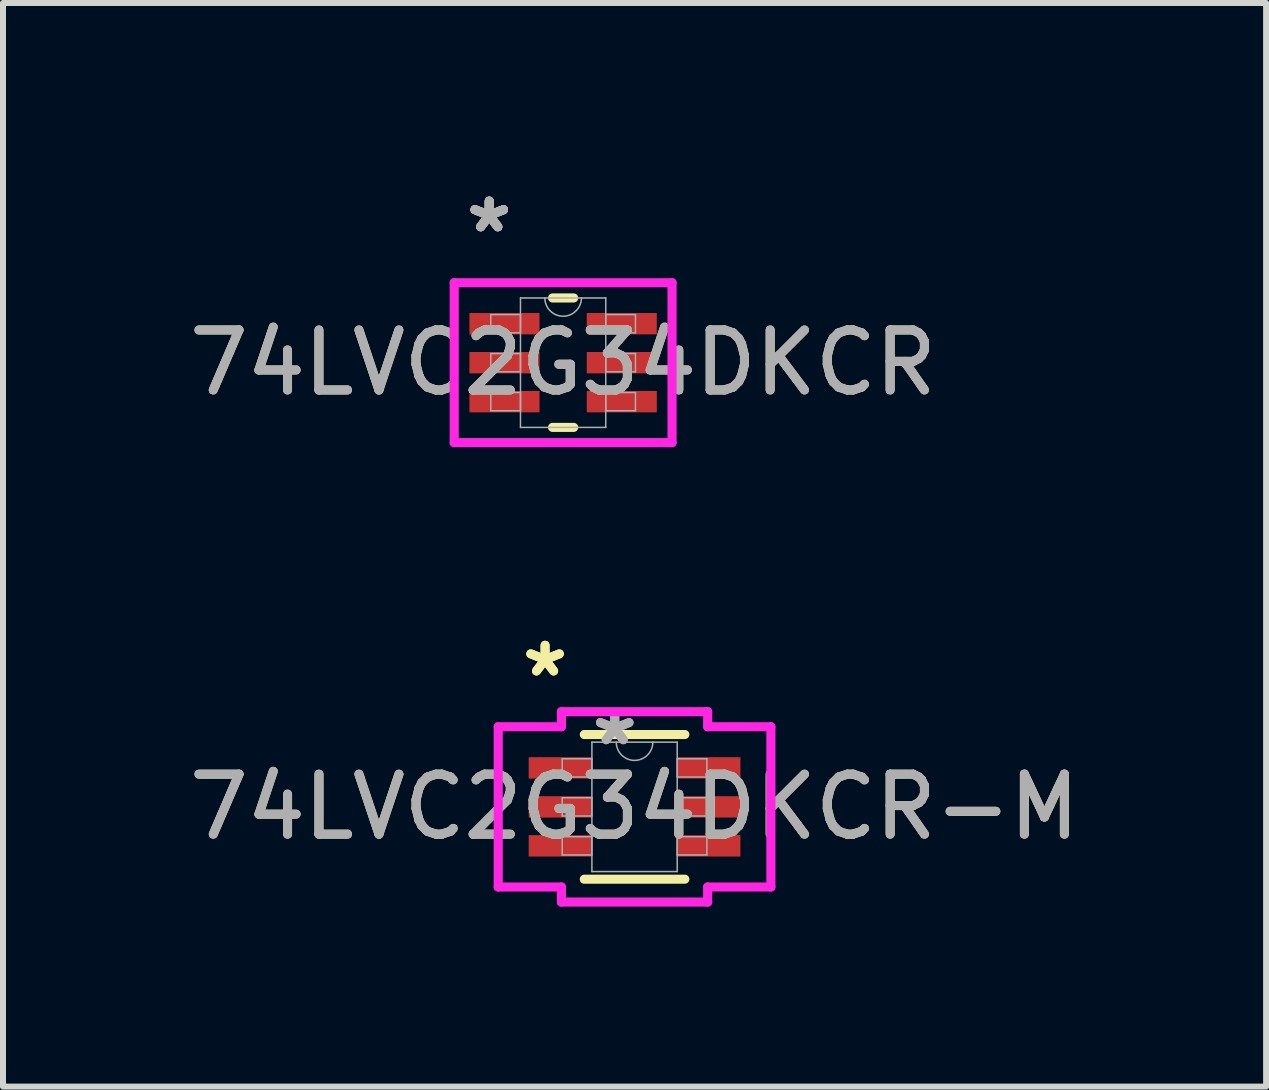
<source format=kicad_pcb>
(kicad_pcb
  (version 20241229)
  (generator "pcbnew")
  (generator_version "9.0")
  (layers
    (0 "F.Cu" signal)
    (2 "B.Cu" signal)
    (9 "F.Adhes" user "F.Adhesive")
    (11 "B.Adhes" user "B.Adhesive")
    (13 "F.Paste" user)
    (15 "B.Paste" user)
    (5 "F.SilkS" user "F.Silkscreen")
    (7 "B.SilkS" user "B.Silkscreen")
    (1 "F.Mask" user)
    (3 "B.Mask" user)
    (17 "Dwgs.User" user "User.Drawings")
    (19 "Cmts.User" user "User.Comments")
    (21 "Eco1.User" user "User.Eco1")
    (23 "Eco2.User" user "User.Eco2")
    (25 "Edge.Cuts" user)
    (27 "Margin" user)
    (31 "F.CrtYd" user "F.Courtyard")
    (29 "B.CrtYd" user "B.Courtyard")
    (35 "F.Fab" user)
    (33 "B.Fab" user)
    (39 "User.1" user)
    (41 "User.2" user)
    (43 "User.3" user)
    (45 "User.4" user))
  (footprint "74LVC2G34DKCR-M"
    (layer "F.Cu")
    (at 7.53 10.403)
    (property "Reference" "74LVC2G34DKCR-M" (at 0 0 0) (unlocked yes) (layer "F.SilkS") (effects (font (size 1 1) (thickness 0.15))))
    (attr smd)
    (fp_line (start -0.838 1.206) (end 0.838 1.206) (stroke (width 0.152) (type solid)) (layer "F.SilkS"))
    (fp_line (start 0.838 -1.206) (end -0.838 -1.206) (stroke (width 0.152) (type solid)) (layer "F.SilkS"))
    (fp_line (start -2.273 -1.336) (end -1.219 -1.336) (stroke (width 0.152) (type solid)) (layer "F.CrtYd"))
    (fp_line (start -2.273 1.336) (end -2.273 -1.336) (stroke (width 0.152) (type solid)) (layer "F.CrtYd"))
    (fp_line (start -2.273 1.336) (end -1.219 1.336) (stroke (width 0.152) (type solid)) (layer "F.CrtYd"))
    (fp_line (start -1.219 -1.587) (end 1.219 -1.587) (stroke (width 0.152) (type solid)) (layer "F.CrtYd"))
    (fp_line (start -1.219 -1.336) (end -1.219 -1.587) (stroke (width 0.152) (type solid)) (layer "F.CrtYd"))
    (fp_line (start -1.219 1.587) (end -1.219 1.336) (stroke (width 0.152) (type solid)) (layer "F.CrtYd"))
    (fp_line (start 1.219 -1.587) (end 1.219 -1.336) (stroke (width 0.152) (type solid)) (layer "F.CrtYd"))
    (fp_line (start 1.219 1.336) (end 1.219 1.587) (stroke (width 0.152) (type solid)) (layer "F.CrtYd"))
    (fp_line (start 1.219 1.587) (end -1.219 1.587) (stroke (width 0.152) (type solid)) (layer "F.CrtYd"))
    (fp_line (start 2.273 -1.336) (end 1.219 -1.336) (stroke (width 0.152) (type solid)) (layer "F.CrtYd"))
    (fp_line (start 2.273 -1.336) (end 2.273 1.336) (stroke (width 0.152) (type solid)) (layer "F.CrtYd"))
    (fp_line (start 2.273 1.336) (end 1.219 1.336) (stroke (width 0.152) (type solid)) (layer "F.CrtYd"))
    (fp_line (start -1.206 -0.802) (end -1.206 -0.498) (stroke (width 0.025) (type solid)) (layer "F.Fab"))
    (fp_line (start -1.206 -0.498) (end -0.711 -0.498) (stroke (width 0.025) (type solid)) (layer "F.Fab"))
    (fp_line (start -1.206 -0.152) (end -1.206 0.152) (stroke (width 0.025) (type solid)) (layer "F.Fab"))
    (fp_line (start -1.206 0.152) (end -0.711 0.152) (stroke (width 0.025) (type solid)) (layer "F.Fab"))
    (fp_line (start -1.206 0.498) (end -1.206 0.802) (stroke (width 0.025) (type solid)) (layer "F.Fab"))
    (fp_line (start -1.206 0.802) (end -0.711 0.802) (stroke (width 0.025) (type solid)) (layer "F.Fab"))
    (fp_line (start -0.711 -1.079) (end -0.711 1.079) (stroke (width 0.025) (type solid)) (layer "F.Fab"))
    (fp_line (start -0.711 -0.802) (end -1.206 -0.802) (stroke (width 0.025) (type solid)) (layer "F.Fab"))
    (fp_line (start -0.711 -0.498) (end -0.711 -0.802) (stroke (width 0.025) (type solid)) (layer "F.Fab"))
    (fp_line (start -0.711 -0.152) (end -1.206 -0.152) (stroke (width 0.025) (type solid)) (layer "F.Fab"))
    (fp_line (start -0.711 0.152) (end -0.711 -0.152) (stroke (width 0.025) (type solid)) (layer "F.Fab"))
    (fp_line (start -0.711 0.498) (end -1.206 0.498) (stroke (width 0.025) (type solid)) (layer "F.Fab"))
    (fp_line (start -0.711 0.802) (end -0.711 0.498) (stroke (width 0.025) (type solid)) (layer "F.Fab"))
    (fp_line (start -0.711 1.079) (end 0.711 1.079) (stroke (width 0.025) (type solid)) (layer "F.Fab"))
    (fp_line (start 0.711 -1.079) (end -0.711 -1.079) (stroke (width 0.025) (type solid)) (layer "F.Fab"))
    (fp_line (start 0.711 -0.802) (end 0.711 -0.498) (stroke (width 0.025) (type solid)) (layer "F.Fab"))
    (fp_line (start 0.711 -0.498) (end 1.206 -0.498) (stroke (width 0.025) (type solid)) (layer "F.Fab"))
    (fp_line (start 0.711 -0.152) (end 0.711 0.152) (stroke (width 0.025) (type solid)) (layer "F.Fab"))
    (fp_line (start 0.711 0.152) (end 1.206 0.152) (stroke (width 0.025) (type solid)) (layer "F.Fab"))
    (fp_line (start 0.711 0.498) (end 0.711 0.802) (stroke (width 0.025) (type solid)) (layer "F.Fab"))
    (fp_line (start 0.711 0.802) (end 1.206 0.802) (stroke (width 0.025) (type solid)) (layer "F.Fab"))
    (fp_line (start 0.711 1.079) (end 0.711 -1.079) (stroke (width 0.025) (type solid)) (layer "F.Fab"))
    (fp_line (start 1.206 -0.802) (end 0.711 -0.802) (stroke (width 0.025) (type solid)) (layer "F.Fab"))
    (fp_line (start 1.206 -0.498) (end 1.206 -0.802) (stroke (width 0.025) (type solid)) (layer "F.Fab"))
    (fp_line (start 1.206 -0.152) (end 0.711 -0.152) (stroke (width 0.025) (type solid)) (layer "F.Fab"))
    (fp_line (start 1.206 0.152) (end 1.206 -0.152) (stroke (width 0.025) (type solid)) (layer "F.Fab"))
    (fp_line (start 1.206 0.498) (end 0.711 0.498) (stroke (width 0.025) (type solid)) (layer "F.Fab"))
    (fp_line (start 1.206 0.802) (end 1.206 0.498) (stroke (width 0.025) (type solid)) (layer "F.Fab"))
    (fp_arc (start 0.3048 -1.0795) (mid 0 -0.7747) (end -0.3048 -1.0795) (stroke (width 0.0254) (type solid)) (layer "F.Fab"))
    (fp_text user "*" (at -1.492 -2.149 0) (layer "F.SilkS") (effects (font (size 1 1) (thickness 0.15))))
    (fp_text user "*" (at -1.492 -2.149 0) (unlocked yes) (layer "F.SilkS") (effects (font (size 1 1) (thickness 0.15))))
    (fp_text user "*" (at -0.33 -1.003 0) (layer "F.Fab") (effects (font (size 1 1) (thickness 0.15))))
    (fp_text user "${REFERENCE}" (at 0 0 0) (unlocked yes) (layer "F.Fab") (effects (font (size 1 1) (thickness 0.15))))
    (fp_text user "*" (at -0.33 -1.003 0) (unlocked yes) (layer "F.Fab") (effects (font (size 1 1) (thickness 0.15))))
    (pad "1" smd rect (at -1.238 -0.65) (size 1.054 0.356) (layers "F.Cu" "F.Mask" "F.Paste"))
    (pad "2" smd rect (at -1.238 0) (size 1.054 0.356) (layers "F.Cu" "F.Mask" "F.Paste"))
    (pad "3" smd rect (at -1.238 0.65) (size 1.054 0.356) (layers "F.Cu" "F.Mask" "F.Paste"))
    (pad "4" smd rect (at 1.238 0.65) (size 1.054 0.356) (layers "F.Cu" "F.Mask" "F.Paste"))
    (pad "5" smd rect (at 1.238 0) (size 1.054 0.356) (layers "F.Cu" "F.Mask" "F.Paste"))
    (pad "6" smd rect (at 1.238 -0.65) (size 1.054 0.356) (layers "F.Cu" "F.Mask" "F.Paste")))
  (footprint "74LVC2G34DKCR"
    (layer "F.Cu")
    (at 6.339 2.997)
    (property "Reference" "74LVC2G34DKCR" (at 0 0 0) (unlocked yes) (layer "F.SilkS") (effects (font (size 1 1) (thickness 0.15))))
    (attr smd)
    (fp_line (start -0.176 1.079) (end 0.176 1.079) (stroke (width 0.152) (type solid)) (layer "F.SilkS"))
    (fp_line (start 0.176 -1.079) (end -0.176 -1.079) (stroke (width 0.152) (type solid)) (layer "F.SilkS"))
    (fp_line (start -1.816 -1.333) (end 1.816 -1.333) (stroke (width 0.152) (type solid)) (layer "F.CrtYd"))
    (fp_line (start -1.816 1.333) (end -1.816 -1.333) (stroke (width 0.152) (type solid)) (layer "F.CrtYd"))
    (fp_line (start 1.816 -1.333) (end 1.816 1.333) (stroke (width 0.152) (type solid)) (layer "F.CrtYd"))
    (fp_line (start 1.816 1.333) (end -1.816 1.333) (stroke (width 0.152) (type solid)) (layer "F.CrtYd"))
    (fp_line (start -1.206 -0.802) (end -1.206 -0.498) (stroke (width 0.025) (type solid)) (layer "F.Fab"))
    (fp_line (start -1.206 -0.498) (end -0.711 -0.498) (stroke (width 0.025) (type solid)) (layer "F.Fab"))
    (fp_line (start -1.206 -0.152) (end -1.206 0.152) (stroke (width 0.025) (type solid)) (layer "F.Fab"))
    (fp_line (start -1.206 0.152) (end -0.711 0.152) (stroke (width 0.025) (type solid)) (layer "F.Fab"))
    (fp_line (start -1.206 0.498) (end -1.206 0.802) (stroke (width 0.025) (type solid)) (layer "F.Fab"))
    (fp_line (start -1.206 0.802) (end -0.711 0.802) (stroke (width 0.025) (type solid)) (layer "F.Fab"))
    (fp_line (start -0.711 -1.079) (end -0.711 1.079) (stroke (width 0.025) (type solid)) (layer "F.Fab"))
    (fp_line (start -0.711 -0.802) (end -1.206 -0.802) (stroke (width 0.025) (type solid)) (layer "F.Fab"))
    (fp_line (start -0.711 -0.498) (end -0.711 -0.802) (stroke (width 0.025) (type solid)) (layer "F.Fab"))
    (fp_line (start -0.711 -0.152) (end -1.206 -0.152) (stroke (width 0.025) (type solid)) (layer "F.Fab"))
    (fp_line (start -0.711 0.152) (end -0.711 -0.152) (stroke (width 0.025) (type solid)) (layer "F.Fab"))
    (fp_line (start -0.711 0.498) (end -1.206 0.498) (stroke (width 0.025) (type solid)) (layer "F.Fab"))
    (fp_line (start -0.711 0.802) (end -0.711 0.498) (stroke (width 0.025) (type solid)) (layer "F.Fab"))
    (fp_line (start -0.711 1.079) (end 0.711 1.079) (stroke (width 0.025) (type solid)) (layer "F.Fab"))
    (fp_line (start 0.711 -1.079) (end -0.711 -1.079) (stroke (width 0.025) (type solid)) (layer "F.Fab"))
    (fp_line (start 0.711 -0.802) (end 0.711 -0.498) (stroke (width 0.025) (type solid)) (layer "F.Fab"))
    (fp_line (start 0.711 -0.498) (end 1.206 -0.498) (stroke (width 0.025) (type solid)) (layer "F.Fab"))
    (fp_line (start 0.711 -0.152) (end 0.711 0.152) (stroke (width 0.025) (type solid)) (layer "F.Fab"))
    (fp_line (start 0.711 0.152) (end 1.206 0.152) (stroke (width 0.025) (type solid)) (layer "F.Fab"))
    (fp_line (start 0.711 0.498) (end 0.711 0.802) (stroke (width 0.025) (type solid)) (layer "F.Fab"))
    (fp_line (start 0.711 0.802) (end 1.206 0.802) (stroke (width 0.025) (type solid)) (layer "F.Fab"))
    (fp_line (start 0.711 1.079) (end 0.711 -1.079) (stroke (width 0.025) (type solid)) (layer "F.Fab"))
    (fp_line (start 1.206 -0.802) (end 0.711 -0.802) (stroke (width 0.025) (type solid)) (layer "F.Fab"))
    (fp_line (start 1.206 -0.498) (end 1.206 -0.802) (stroke (width 0.025) (type solid)) (layer "F.Fab"))
    (fp_line (start 1.206 -0.152) (end 0.711 -0.152) (stroke (width 0.025) (type solid)) (layer "F.Fab"))
    (fp_line (start 1.206 0.152) (end 1.206 -0.152) (stroke (width 0.025) (type solid)) (layer "F.Fab"))
    (fp_line (start 1.206 0.498) (end 0.711 0.498) (stroke (width 0.025) (type solid)) (layer "F.Fab"))
    (fp_line (start 1.206 0.802) (end 1.206 0.498) (stroke (width 0.025) (type solid)) (layer "F.Fab"))
    (fp_arc (start 0.3048 -1.0795) (mid 0 -0.7747) (end -0.3048 -1.0795) (stroke (width 0.0254) (type solid)) (layer "F.Fab"))
    (fp_text user "*" (at -1.232 -2.149 0) (layer "F.SilkS") (effects (font (size 1 1) (thickness 0.15))))
    (fp_text user "*" (at -1.232 -2.149 0) (unlocked yes) (layer "F.SilkS") (effects (font (size 1 1) (thickness 0.15))))
    (fp_text user "${REFERENCE}" (at 0 0 0) (unlocked yes) (layer "F.Fab") (effects (font (size 1 1) (thickness 0.15))))
    (fp_text user "*" (at -1.232 -2.149 0) (unlocked yes) (layer "F.Fab") (effects (font (size 1 1) (thickness 0.15))))
    (fp_text user "*" (at -1.232 -2.149 0) (layer "F.Fab") (effects (font (size 1 1) (thickness 0.15))))
    (pad "1" smd rect (at -0.978 -0.65) (size 1.168 0.356) (layers "F.Cu" "F.Mask" "F.Paste"))
    (pad "2" smd rect (at -0.978 0) (size 1.168 0.356) (layers "F.Cu" "F.Mask" "F.Paste"))
    (pad "3" smd rect (at -0.978 0.65) (size 1.168 0.356) (layers "F.Cu" "F.Mask" "F.Paste"))
    (pad "4" smd rect (at 0.978 0.65) (size 1.168 0.356) (layers "F.Cu" "F.Mask" "F.Paste"))
    (pad "5" smd rect (at 0.978 0) (size 1.168 0.356) (layers "F.Cu" "F.Mask" "F.Paste"))
    (pad "6" smd rect (at 0.978 -0.65) (size 1.168 0.356) (layers "F.Cu" "F.Mask" "F.Paste")))
  (gr_rect
    (start -3 -3)
    (end 18.06 15.067)
    (stroke (width 0.1) (type default))
    (fill no)
    (layer "Edge.Cuts")))
</source>
